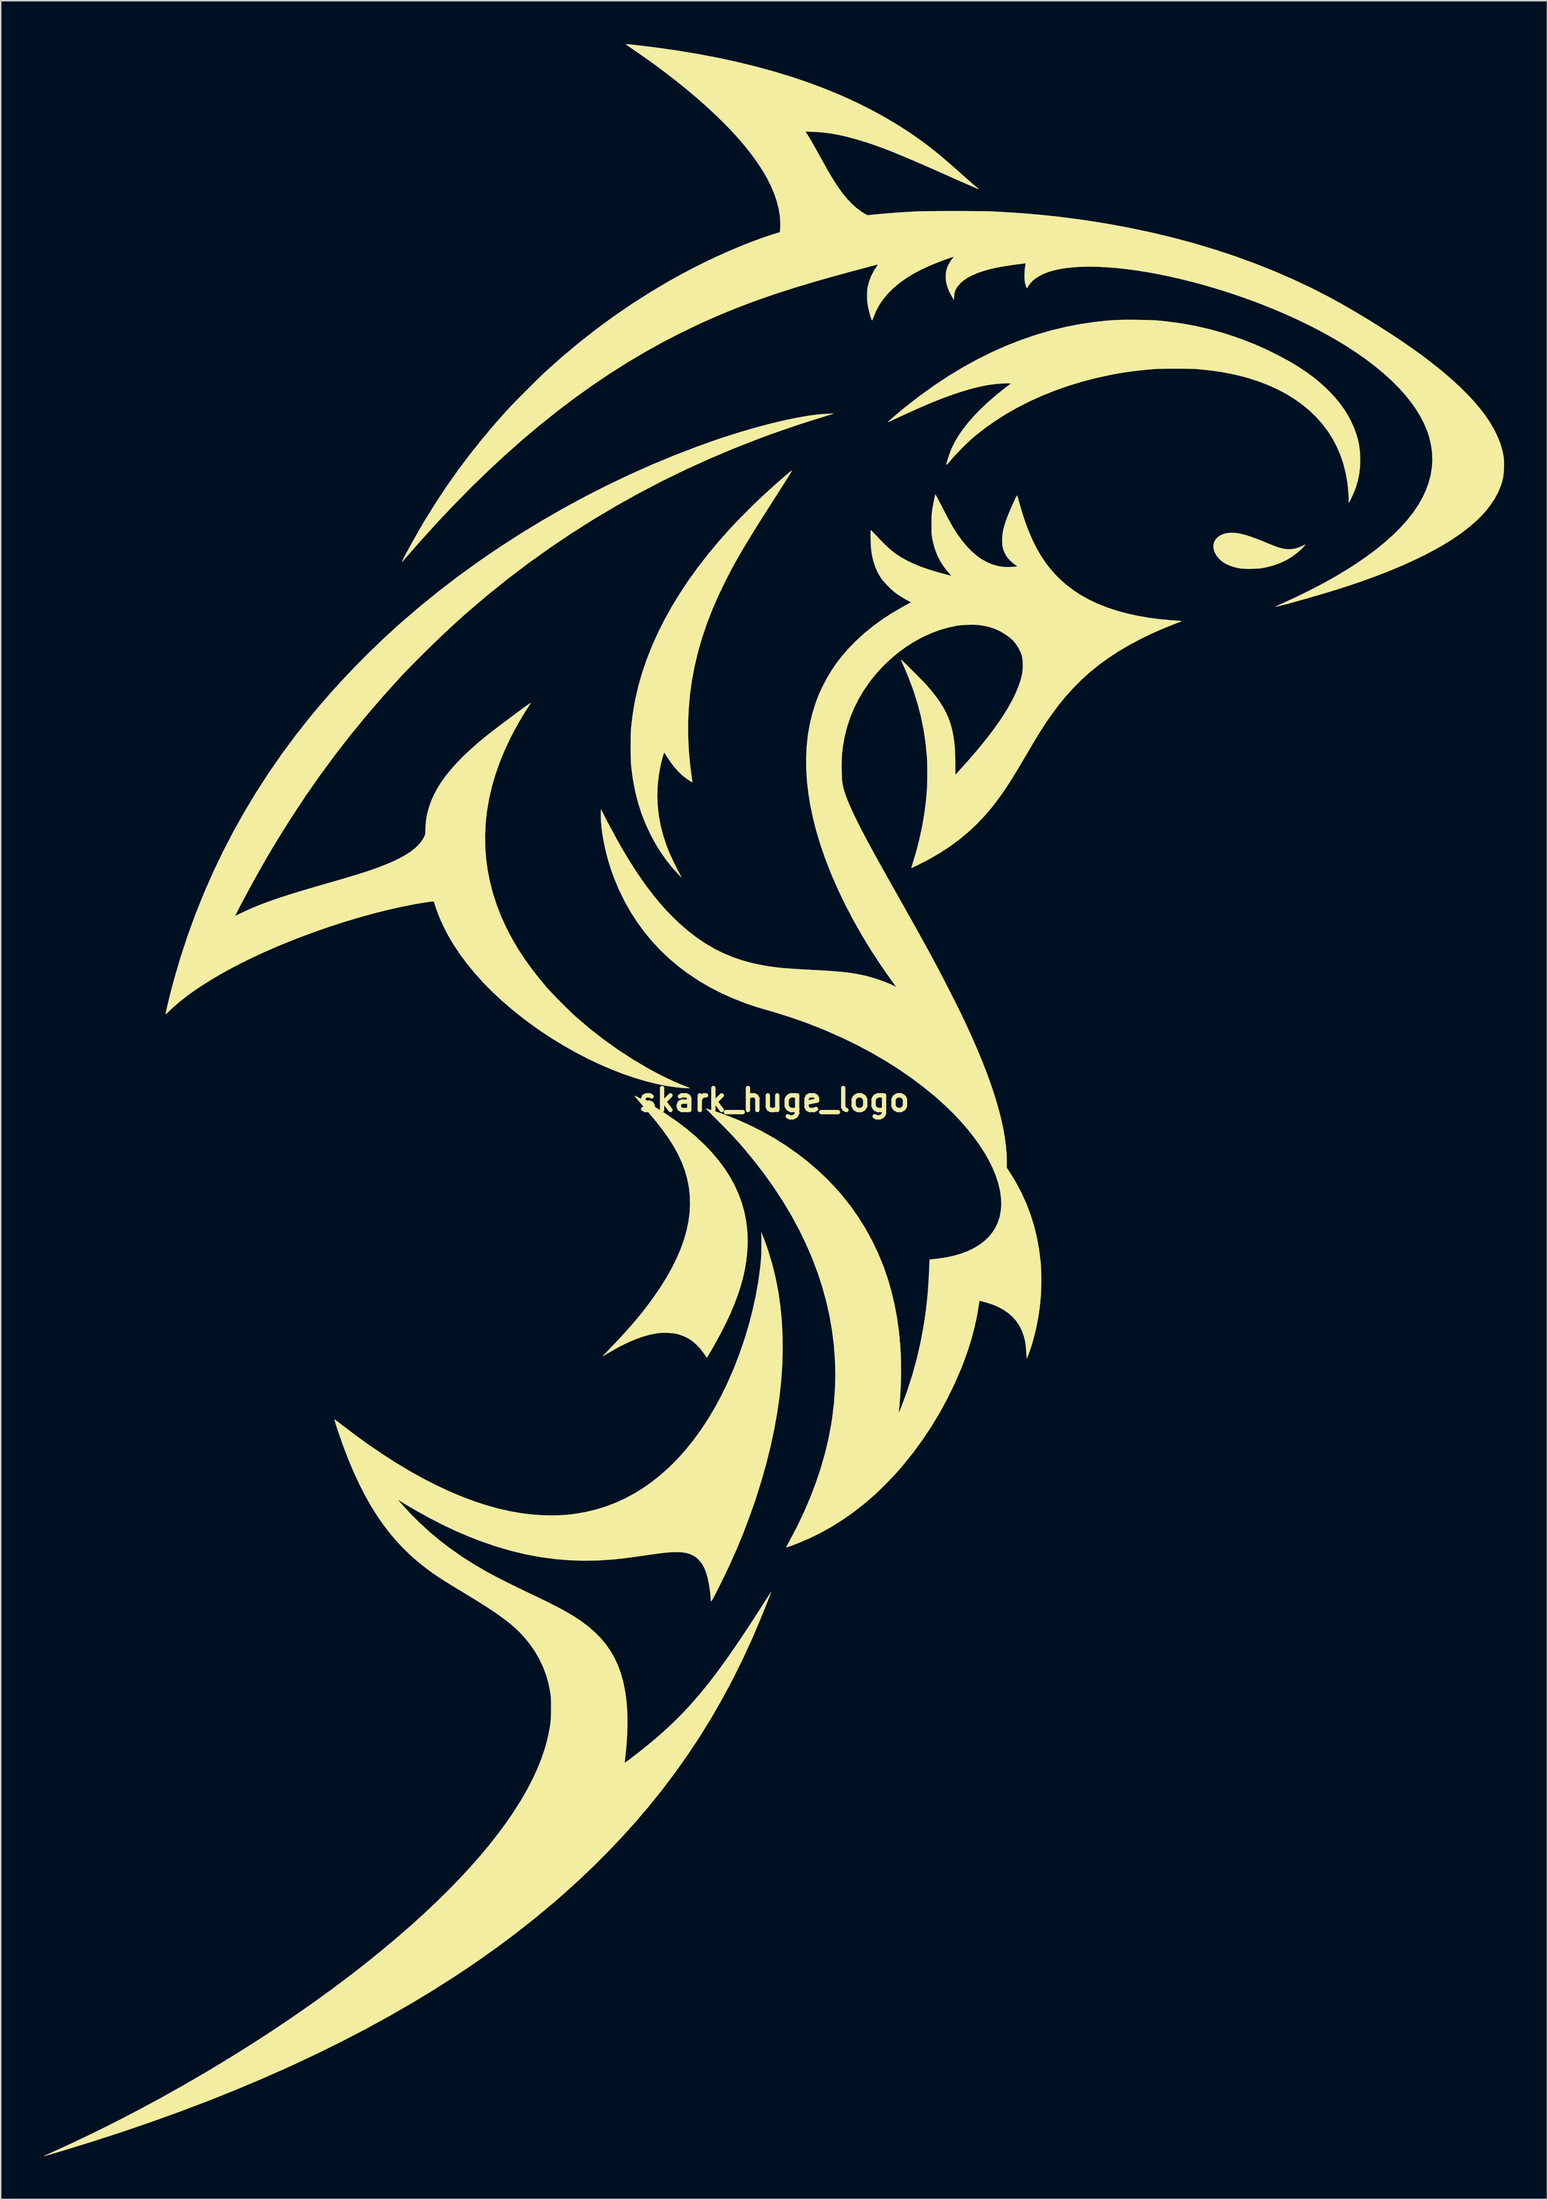
<source format=kicad_pcb>
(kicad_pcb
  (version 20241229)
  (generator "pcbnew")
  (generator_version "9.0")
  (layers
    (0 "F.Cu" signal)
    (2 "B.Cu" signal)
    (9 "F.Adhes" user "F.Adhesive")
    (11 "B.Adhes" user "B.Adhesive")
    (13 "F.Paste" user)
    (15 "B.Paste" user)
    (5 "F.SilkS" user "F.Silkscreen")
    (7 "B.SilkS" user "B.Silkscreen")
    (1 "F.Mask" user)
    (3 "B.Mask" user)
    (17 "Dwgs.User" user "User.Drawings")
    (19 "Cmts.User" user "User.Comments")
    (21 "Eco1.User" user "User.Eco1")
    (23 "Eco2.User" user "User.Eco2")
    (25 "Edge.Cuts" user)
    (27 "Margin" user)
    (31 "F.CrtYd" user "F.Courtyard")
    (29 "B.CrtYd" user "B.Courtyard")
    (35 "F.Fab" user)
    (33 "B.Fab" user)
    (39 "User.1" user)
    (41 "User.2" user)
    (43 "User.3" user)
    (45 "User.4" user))
  (footprint "skark_huge_logo"
    (layer "F.Cu")
    (at 50.603 73.182)
    (property "Reference" "skark_huge_logo" (at 0 0 180) (layer "F.SilkS") (effects (font (size 1.524 1.524) (thickness 0.3))))
    (attr through_hole)
    (fp_poly (pts (xy 31.946 -39.305) (xy 32.166 -39.275) (xy 32.406 -39.226) (xy 32.671 -39.156) (xy 32.964 -39.064) (xy 33.289 -38.95) (xy 33.649 -38.813) (xy 34.049 -38.651) (xy 34.138 -38.615) (xy 34.413 -38.502) (xy 34.648 -38.409) (xy 34.851 -38.334) (xy 35.027 -38.276) (xy 35.183 -38.233) (xy 35.325 -38.203) (xy 35.46 -38.184) (xy 35.594 -38.175) (xy 35.712 -38.173) (xy 36.02 -38.198) (xy 36.316 -38.272) (xy 36.604 -38.396) (xy 36.624 -38.407) (xy 36.711 -38.452) (xy 36.779 -38.484) (xy 36.818 -38.498) (xy 36.822 -38.497) (xy 36.81 -38.476) (xy 36.768 -38.425) (xy 36.703 -38.353) (xy 36.621 -38.264) (xy 36.6 -38.242) (xy 36.267 -37.931) (xy 35.898 -37.655) (xy 35.494 -37.414) (xy 35.056 -37.21) (xy 34.584 -37.042) (xy 34.079 -36.911) (xy 33.858 -36.868) (xy 33.717 -36.848) (xy 33.539 -36.833) (xy 33.335 -36.822) (xy 33.118 -36.815) (xy 32.899 -36.813) (xy 32.691 -36.815) (xy 32.504 -36.823) (xy 32.351 -36.836) (xy 32.296 -36.843) (xy 31.932 -36.92) (xy 31.602 -37.026) (xy 31.309 -37.16) (xy 31.055 -37.321) (xy 30.84 -37.508) (xy 30.667 -37.72) (xy 30.538 -37.956) (xy 30.52 -37.998) (xy 30.459 -38.213) (xy 30.446 -38.417) (xy 30.479 -38.609) (xy 30.556 -38.785) (xy 30.675 -38.941) (xy 30.833 -39.075) (xy 31.028 -39.182) (xy 31.259 -39.26) (xy 31.373 -39.285) (xy 31.553 -39.309) (xy 31.743 -39.316) (xy 31.946 -39.305)) (stroke (width 0.01) (type solid)) (fill yes) (layer "F.SilkS"))
    (fp_poly (pts (xy -9.619 -0.286) (xy -9.562 -0.259) (xy -9.477 -0.215) (xy -9.361 -0.153) (xy -9.208 -0.069) (xy -9.017 0.038) (xy -8.199 0.514) (xy -7.43 1.002) (xy -6.711 1.502) (xy -6.041 2.013) (xy -5.421 2.536) (xy -4.85 3.07) (xy -4.329 3.615) (xy -3.857 4.173) (xy -3.434 4.741) (xy -3.061 5.322) (xy -2.738 5.913) (xy -2.463 6.517) (xy -2.238 7.132) (xy -2.063 7.759) (xy -1.937 8.397) (xy -1.86 9.047) (xy -1.833 9.708) (xy -1.837 10.02) (xy -1.869 10.587) (xy -1.933 11.156) (xy -2.028 11.73) (xy -2.157 12.312) (xy -2.319 12.904) (xy -2.517 13.509) (xy -2.75 14.13) (xy -3.019 14.769) (xy -3.326 15.429) (xy -3.671 16.111) (xy -4.056 16.82) (xy -4.357 17.347) (xy -4.441 17.491) (xy -4.516 17.62) (xy -4.58 17.726) (xy -4.627 17.804) (xy -4.654 17.849) (xy -4.66 17.856) (xy -4.675 17.836) (xy -4.713 17.783) (xy -4.768 17.703) (xy -4.832 17.609) (xy -5.084 17.268) (xy -5.352 16.974) (xy -5.64 16.725) (xy -5.949 16.519) (xy -6.281 16.354) (xy -6.641 16.229) (xy -6.704 16.212) (xy -6.879 16.177) (xy -7.09 16.151) (xy -7.324 16.135) (xy -7.568 16.129) (xy -7.807 16.135) (xy -8.03 16.151) (xy -8.142 16.166) (xy -8.616 16.259) (xy -9.112 16.399) (xy -9.628 16.584) (xy -10.165 16.814) (xy -10.72 17.089) (xy -11.294 17.409) (xy -11.469 17.514) (xy -11.597 17.59) (xy -11.708 17.657) (xy -11.798 17.709) (xy -11.857 17.743) (xy -11.88 17.755) (xy -11.866 17.737) (xy -11.821 17.687) (xy -11.749 17.61) (xy -11.655 17.51) (xy -11.541 17.391) (xy -11.414 17.257) (xy -11.361 17.202) (xy -10.928 16.748) (xy -10.53 16.32) (xy -10.162 15.915) (xy -9.82 15.526) (xy -9.5 15.149) (xy -9.196 14.778) (xy -8.906 14.408) (xy -8.623 14.033) (xy -8.345 13.65) (xy -7.872 12.958) (xy -7.449 12.278) (xy -7.074 11.609) (xy -6.749 10.951) (xy -6.473 10.304) (xy -6.246 9.667) (xy -6.067 9.039) (xy -5.938 8.421) (xy -5.858 7.812) (xy -5.826 7.211) (xy -5.843 6.619) (xy -5.908 6.034) (xy -6.023 5.457) (xy -6.185 4.886) (xy -6.396 4.322) (xy -6.656 3.764) (xy -6.769 3.551) (xy -6.936 3.255) (xy -7.114 2.961) (xy -7.306 2.666) (xy -7.516 2.363) (xy -7.747 2.048) (xy -8.002 1.716) (xy -8.286 1.362) (xy -8.602 0.981) (xy -8.775 0.777) (xy -8.972 0.545) (xy -9.139 0.349) (xy -9.278 0.185) (xy -9.391 0.051) (xy -9.481 -0.056) (xy -9.55 -0.139) (xy -9.6 -0.201) (xy -9.635 -0.245) (xy -9.656 -0.274) (xy -9.666 -0.29) (xy -9.668 -0.298) (xy -9.667 -0.298) (xy -9.653 -0.298) (xy -9.619 -0.286)) (stroke (width 0.01) (type solid)) (fill yes) (layer "F.SilkS"))
    (fp_poly (pts (xy 1.237 -43.628) (xy 1.233 -43.614) (xy 1.214 -43.578) (xy 1.179 -43.518) (xy 1.127 -43.431) (xy 1.057 -43.317) (xy 0.968 -43.174) (xy 0.859 -43) (xy 0.729 -42.794) (xy 0.576 -42.553) (xy 0.4 -42.276) (xy 0.2 -41.961) (xy -0.026 -41.608) (xy -0.278 -41.213) (xy -0.279 -41.212) (xy -0.616 -40.684) (xy -0.925 -40.195) (xy -1.211 -39.741) (xy -1.474 -39.318) (xy -1.717 -38.923) (xy -1.943 -38.551) (xy -2.152 -38.2) (xy -2.348 -37.865) (xy -2.533 -37.543) (xy -2.708 -37.231) (xy -2.876 -36.925) (xy -3.039 -36.62) (xy -3.198 -36.314) (xy -3.358 -36.003) (xy -3.376 -35.966) (xy -3.856 -34.971) (xy -4.286 -33.983) (xy -4.666 -32.999) (xy -4.997 -32.018) (xy -5.279 -31.039) (xy -5.512 -30.06) (xy -5.697 -29.079) (xy -5.833 -28.095) (xy -5.922 -27.106) (xy -5.963 -26.11) (xy -5.956 -25.106) (xy -5.903 -24.092) (xy -5.803 -23.067) (xy -5.713 -22.394) (xy -5.695 -22.266) (xy -5.682 -22.157) (xy -5.674 -22.076) (xy -5.673 -22.033) (xy -5.674 -22.029) (xy -5.702 -22.035) (xy -5.761 -22.067) (xy -5.846 -22.121) (xy -5.948 -22.19) (xy -6.06 -22.269) (xy -6.175 -22.354) (xy -6.284 -22.438) (xy -6.381 -22.518) (xy -6.404 -22.538) (xy -6.653 -22.778) (xy -6.904 -23.063) (xy -7.154 -23.388) (xy -7.399 -23.75) (xy -7.458 -23.844) (xy -7.518 -23.939) (xy -7.57 -24.016) (xy -7.606 -24.065) (xy -7.62 -24.079) (xy -7.635 -24.056) (xy -7.658 -23.99) (xy -7.689 -23.89) (xy -7.725 -23.763) (xy -7.764 -23.617) (xy -7.804 -23.459) (xy -7.843 -23.297) (xy -7.873 -23.165) (xy -7.998 -22.474) (xy -8.073 -21.783) (xy -8.097 -21.091) (xy -8.07 -20.4) (xy -7.993 -19.708) (xy -7.864 -19.017) (xy -7.685 -18.326) (xy -7.456 -17.636) (xy -7.299 -17.234) (xy -7.229 -17.071) (xy -7.14 -16.876) (xy -7.039 -16.658) (xy -6.929 -16.43) (xy -6.818 -16.203) (xy -6.71 -15.989) (xy -6.611 -15.799) (xy -6.544 -15.674) (xy -6.494 -15.582) (xy -6.456 -15.508) (xy -6.436 -15.463) (xy -6.434 -15.453) (xy -6.453 -15.466) (xy -6.501 -15.509) (xy -6.567 -15.574) (xy -6.621 -15.628) (xy -7.056 -16.105) (xy -7.471 -16.625) (xy -7.862 -17.182) (xy -8.227 -17.771) (xy -8.56 -18.387) (xy -8.574 -18.415) (xy -8.903 -19.123) (xy -9.186 -19.845) (xy -9.424 -20.585) (xy -9.618 -21.347) (xy -9.77 -22.134) (xy -9.815 -22.428) (xy -9.847 -22.658) (xy -9.873 -22.862) (xy -9.895 -23.05) (xy -9.911 -23.23) (xy -9.924 -23.41) (xy -9.932 -23.601) (xy -9.938 -23.809) (xy -9.942 -24.044) (xy -9.943 -24.316) (xy -9.943 -24.536) (xy -9.942 -24.808) (xy -9.941 -25.036) (xy -9.938 -25.23) (xy -9.934 -25.397) (xy -9.928 -25.544) (xy -9.92 -25.681) (xy -9.91 -25.815) (xy -9.896 -25.954) (xy -9.884 -26.073) (xy -9.832 -26.499) (xy -9.769 -26.939) (xy -9.698 -27.371) (xy -9.622 -27.775) (xy -9.617 -27.8) (xy -9.404 -28.712) (xy -9.142 -29.626) (xy -8.829 -30.542) (xy -8.467 -31.457) (xy -8.057 -32.373) (xy -7.597 -33.287) (xy -7.09 -34.199) (xy -6.535 -35.109) (xy -5.933 -36.015) (xy -5.283 -36.916) (xy -4.588 -37.813) (xy -3.847 -38.704) (xy -3.06 -39.588) (xy -3.027 -39.624) (xy -2.881 -39.78) (xy -2.705 -39.964) (xy -2.506 -40.17) (xy -2.29 -40.391) (xy -2.063 -40.62) (xy -1.834 -40.851) (xy -1.607 -41.077) (xy -1.39 -41.29) (xy -1.189 -41.486) (xy -1.013 -41.654) (xy -0.855 -41.803) (xy -0.683 -41.963) (xy -0.499 -42.131) (xy -0.307 -42.305) (xy -0.112 -42.48) (xy 0.083 -42.655) (xy 0.275 -42.824) (xy 0.459 -42.986) (xy 0.633 -43.137) (xy 0.791 -43.274) (xy 0.932 -43.393) (xy 1.05 -43.491) (xy 1.142 -43.565) (xy 1.205 -43.612) (xy 1.235 -43.629) (xy 1.237 -43.628)) (stroke (width 0.01) (type solid)) (fill yes) (layer "F.SilkS"))
    (fp_poly (pts (xy 25.074 -54.07) (xy 25.184 -54.068) (xy 25.485 -54.064) (xy 25.743 -54.059) (xy 25.968 -54.053) (xy 26.168 -54.046) (xy 26.352 -54.036) (xy 26.528 -54.025) (xy 26.705 -54.011) (xy 26.891 -53.993) (xy 27.096 -53.972) (xy 27.191 -53.961) (xy 28.233 -53.821) (xy 29.266 -53.631) (xy 30.29 -53.392) (xy 31.304 -53.103) (xy 32.307 -52.764) (xy 33.298 -52.376) (xy 33.744 -52.184) (xy 33.952 -52.089) (xy 34.193 -51.974) (xy 34.455 -51.846) (xy 34.729 -51.708) (xy 35.004 -51.567) (xy 35.27 -51.428) (xy 35.516 -51.296) (xy 35.732 -51.176) (xy 35.839 -51.115) (xy 36.383 -50.784) (xy 36.883 -50.452) (xy 37.346 -50.113) (xy 37.78 -49.762) (xy 38.19 -49.394) (xy 38.519 -49.07) (xy 38.891 -48.669) (xy 39.219 -48.272) (xy 39.508 -47.872) (xy 39.763 -47.462) (xy 39.98 -47.053) (xy 40.182 -46.609) (xy 40.344 -46.18) (xy 40.467 -45.759) (xy 40.553 -45.334) (xy 40.605 -44.897) (xy 40.625 -44.438) (xy 40.625 -44.348) (xy 40.607 -43.85) (xy 40.551 -43.377) (xy 40.456 -42.918) (xy 40.32 -42.462) (xy 40.271 -42.325) (xy 40.233 -42.229) (xy 40.184 -42.112) (xy 40.128 -41.982) (xy 40.068 -41.849) (xy 40.008 -41.719) (xy 39.951 -41.602) (xy 39.903 -41.504) (xy 39.866 -41.436) (xy 39.844 -41.403) (xy 39.841 -41.402) (xy 39.834 -41.425) (xy 39.829 -41.487) (xy 39.827 -41.574) (xy 39.827 -41.586) (xy 39.823 -41.749) (xy 39.813 -41.948) (xy 39.796 -42.17) (xy 39.775 -42.402) (xy 39.751 -42.629) (xy 39.725 -42.83) (xy 39.611 -43.477) (xy 39.451 -44.101) (xy 39.248 -44.7) (xy 39 -45.275) (xy 38.71 -45.825) (xy 38.377 -46.349) (xy 38.002 -46.847) (xy 37.586 -47.317) (xy 37.129 -47.76) (xy 36.632 -48.175) (xy 36.096 -48.561) (xy 35.52 -48.918) (xy 34.906 -49.244) (xy 34.254 -49.54) (xy 33.565 -49.805) (xy 32.839 -50.038) (xy 32.749 -50.064) (xy 32.168 -50.216) (xy 31.57 -50.348) (xy 30.95 -50.46) (xy 30.298 -50.553) (xy 29.608 -50.629) (xy 29.35 -50.653) (xy 29.212 -50.662) (xy 29.03 -50.669) (xy 28.813 -50.675) (xy 28.568 -50.68) (xy 28.303 -50.683) (xy 28.024 -50.685) (xy 27.739 -50.685) (xy 27.457 -50.684) (xy 27.184 -50.681) (xy 26.928 -50.677) (xy 26.697 -50.672) (xy 26.498 -50.665) (xy 26.338 -50.656) (xy 26.289 -50.653) (xy 25.755 -50.605) (xy 25.261 -50.554) (xy 24.794 -50.497) (xy 24.344 -50.434) (xy 23.898 -50.361) (xy 23.446 -50.279) (xy 23.305 -50.251) (xy 22.312 -50.035) (xy 21.34 -49.782) (xy 20.392 -49.492) (xy 19.468 -49.168) (xy 18.572 -48.809) (xy 17.705 -48.417) (xy 16.87 -47.993) (xy 16.069 -47.537) (xy 15.305 -47.052) (xy 14.578 -46.538) (xy 13.893 -45.995) (xy 13.845 -45.955) (xy 13.684 -45.814) (xy 13.5 -45.644) (xy 13.3 -45.453) (xy 13.092 -45.249) (xy 12.884 -45.039) (xy 12.685 -44.832) (xy 12.501 -44.636) (xy 12.341 -44.458) (xy 12.23 -44.328) (xy 12.139 -44.219) (xy 12.06 -44.128) (xy 11.997 -44.06) (xy 11.957 -44.02) (xy 11.944 -44.014) (xy 11.944 -44.061) (xy 11.961 -44.147) (xy 11.991 -44.265) (xy 12.032 -44.406) (xy 12.082 -44.563) (xy 12.138 -44.727) (xy 12.197 -44.89) (xy 12.257 -45.045) (xy 12.311 -45.174) (xy 12.529 -45.616) (xy 12.797 -46.064) (xy 13.112 -46.519) (xy 13.476 -46.979) (xy 13.886 -47.444) (xy 14.342 -47.911) (xy 14.843 -48.381) (xy 15.388 -48.852) (xy 15.976 -49.323) (xy 16.122 -49.434) (xy 16.406 -49.651) (xy 16.311 -49.666) (xy 16.242 -49.671) (xy 16.132 -49.67) (xy 15.991 -49.666) (xy 15.829 -49.657) (xy 15.654 -49.646) (xy 15.478 -49.632) (xy 15.309 -49.616) (xy 15.157 -49.598) (xy 15.109 -49.592) (xy 14.714 -49.53) (xy 14.313 -49.45) (xy 13.9 -49.353) (xy 13.464 -49.234) (xy 12.999 -49.093) (xy 12.662 -48.984) (xy 12.379 -48.888) (xy 12.1 -48.789) (xy 11.818 -48.686) (xy 11.532 -48.577) (xy 11.235 -48.46) (xy 10.926 -48.334) (xy 10.599 -48.197) (xy 10.25 -48.047) (xy 9.877 -47.882) (xy 9.473 -47.702) (xy 9.036 -47.503) (xy 8.562 -47.285) (xy 8.057 -47.051) (xy 7.974 -47.015) (xy 7.914 -46.993) (xy 7.888 -46.989) (xy 7.888 -46.992) (xy 7.914 -47.019) (xy 7.973 -47.073) (xy 8.061 -47.151) (xy 8.172 -47.248) (xy 8.301 -47.358) (xy 8.442 -47.479) (xy 8.591 -47.604) (xy 8.741 -47.73) (xy 8.888 -47.852) (xy 9.026 -47.966) (xy 9.149 -48.067) (xy 9.173 -48.086) (xy 10.138 -48.832) (xy 11.111 -49.529) (xy 12.093 -50.178) (xy 13.084 -50.777) (xy 14.082 -51.326) (xy 15.088 -51.827) (xy 16.102 -52.278) (xy 17.123 -52.679) (xy 18.15 -53.03) (xy 19.184 -53.331) (xy 20.225 -53.582) (xy 21.271 -53.783) (xy 22.323 -53.934) (xy 22.682 -53.974) (xy 22.987 -54.003) (xy 23.27 -54.027) (xy 23.542 -54.046) (xy 23.812 -54.059) (xy 24.091 -54.068) (xy 24.387 -54.072) (xy 24.712 -54.073) (xy 25.074 -54.07)) (stroke (width 0.01) (type solid)) (fill yes) (layer "F.SilkS"))
    (fp_poly (pts (xy 3.861 -47.487) (xy 3.758 -47.454) (xy 3.617 -47.41) (xy 3.45 -47.358) (xy 3.268 -47.301) (xy 3.082 -47.244) (xy 2.997 -47.218) (xy 2.397 -47.031) (xy 1.764 -46.825) (xy 1.11 -46.606) (xy 0.446 -46.377) (xy -0.214 -46.143) (xy -0.859 -45.907) (xy -1.045 -45.838) (xy -2.759 -45.168) (xy -4.449 -44.455) (xy -6.113 -43.699) (xy -7.751 -42.901) (xy -9.362 -42.06) (xy -10.945 -41.177) (xy -12.501 -40.252) (xy -14.027 -39.286) (xy -15.524 -38.279) (xy -16.991 -37.232) (xy -18.428 -36.145) (xy -19.833 -35.018) (xy -21.206 -33.851) (xy -21.615 -33.49) (xy -21.958 -33.182) (xy -22.324 -32.846) (xy -22.709 -32.487) (xy -23.105 -32.112) (xy -23.508 -31.725) (xy -23.912 -31.333) (xy -24.311 -30.94) (xy -24.699 -30.554) (xy -25.07 -30.179) (xy -25.418 -29.821) (xy -25.739 -29.486) (xy -25.974 -29.235) (xy -27.157 -27.924) (xy -28.297 -26.598) (xy -29.398 -25.251) (xy -30.461 -23.88) (xy -31.49 -22.48) (xy -32.489 -21.048) (xy -33.46 -19.58) (xy -34.405 -18.07) (xy -34.804 -17.41) (xy -35.023 -17.039) (xy -35.256 -16.639) (xy -35.497 -16.218) (xy -35.743 -15.783) (xy -35.989 -15.34) (xy -36.233 -14.898) (xy -36.47 -14.464) (xy -36.695 -14.044) (xy -36.906 -13.647) (xy -37.097 -13.279) (xy -37.245 -12.988) (xy -37.362 -12.755) (xy -36.95 -12.954) (xy -36.652 -13.094) (xy -36.35 -13.23) (xy -36.04 -13.363) (xy -35.719 -13.495) (xy -35.383 -13.625) (xy -35.028 -13.757) (xy -34.651 -13.89) (xy -34.249 -14.026) (xy -33.817 -14.167) (xy -33.352 -14.314) (xy -32.85 -14.468) (xy -32.308 -14.63) (xy -31.722 -14.802) (xy -31.39 -14.898) (xy -30.93 -15.03) (xy -30.516 -15.15) (xy -30.143 -15.259) (xy -29.807 -15.357) (xy -29.505 -15.447) (xy -29.233 -15.528) (xy -28.986 -15.603) (xy -28.762 -15.672) (xy -28.556 -15.737) (xy -28.364 -15.799) (xy -28.183 -15.859) (xy -28.008 -15.918) (xy -27.836 -15.977) (xy -27.788 -15.994) (xy -27.234 -16.196) (xy -26.73 -16.399) (xy -26.275 -16.601) (xy -25.866 -16.805) (xy -25.503 -17.012) (xy -25.185 -17.221) (xy -24.909 -17.434) (xy -24.676 -17.652) (xy -24.483 -17.875) (xy -24.329 -18.105) (xy -24.253 -18.25) (xy -24.221 -18.322) (xy -24.198 -18.383) (xy -24.183 -18.447) (xy -24.174 -18.524) (xy -24.169 -18.627) (xy -24.165 -18.768) (xy -24.164 -18.776) (xy -24.154 -19.052) (xy -24.134 -19.298) (xy -24.102 -19.531) (xy -24.057 -19.773) (xy -24.038 -19.858) (xy -23.921 -20.298) (xy -23.766 -20.735) (xy -23.571 -21.172) (xy -23.335 -21.609) (xy -23.059 -22.048) (xy -22.74 -22.491) (xy -22.377 -22.937) (xy -21.97 -23.39) (xy -21.518 -23.85) (xy -21.019 -24.318) (xy -20.473 -24.796) (xy -19.939 -25.237) (xy -19.815 -25.336) (xy -19.666 -25.452) (xy -19.495 -25.585) (xy -19.306 -25.729) (xy -19.103 -25.884) (xy -18.89 -26.045) (xy -18.671 -26.211) (xy -18.448 -26.378) (xy -18.227 -26.544) (xy -18.009 -26.706) (xy -17.801 -26.861) (xy -17.604 -27.006) (xy -17.423 -27.139) (xy -17.261 -27.257) (xy -17.122 -27.357) (xy -17.011 -27.436) (xy -16.93 -27.491) (xy -16.883 -27.52) (xy -16.873 -27.524) (xy -16.881 -27.5) (xy -16.913 -27.442) (xy -16.963 -27.362) (xy -17.012 -27.288) (xy -17.177 -27.034) (xy -17.357 -26.744) (xy -17.545 -26.43) (xy -17.734 -26.101) (xy -17.92 -25.77) (xy -18.095 -25.445) (xy -18.253 -25.139) (xy -18.271 -25.104) (xy -18.667 -24.262) (xy -19.013 -23.422) (xy -19.308 -22.584) (xy -19.553 -21.747) (xy -19.748 -20.912) (xy -19.893 -20.079) (xy -19.987 -19.249) (xy -20.03 -18.422) (xy -20.024 -17.599) (xy -19.967 -16.779) (xy -19.859 -15.962) (xy -19.701 -15.15) (xy -19.493 -14.343) (xy -19.234 -13.54) (xy -18.925 -12.743) (xy -18.888 -12.656) (xy -18.552 -11.925) (xy -18.175 -11.203) (xy -17.756 -10.487) (xy -17.292 -9.776) (xy -16.781 -9.066) (xy -16.223 -8.355) (xy -15.754 -7.798) (xy -15.637 -7.668) (xy -15.49 -7.509) (xy -15.318 -7.328) (xy -15.127 -7.13) (xy -14.923 -6.922) (xy -14.713 -6.71) (xy -14.502 -6.5) (xy -14.297 -6.297) (xy -14.103 -6.109) (xy -13.927 -5.942) (xy -13.775 -5.8) (xy -13.703 -5.736) (xy -12.781 -4.951) (xy -11.83 -4.209) (xy -10.851 -3.509) (xy -9.845 -2.852) (xy -8.812 -2.238) (xy -8.661 -2.153) (xy -8.256 -1.933) (xy -7.839 -1.717) (xy -7.422 -1.512) (xy -7.013 -1.32) (xy -6.622 -1.148) (xy -6.259 -0.999) (xy -6.127 -0.948) (xy -6.022 -0.907) (xy -5.934 -0.871) (xy -5.874 -0.845) (xy -5.856 -0.834) (xy -5.85 -0.825) (xy -5.858 -0.82) (xy -5.89 -0.818) (xy -5.951 -0.819) (xy -6.048 -0.823) (xy -6.185 -0.83) (xy -6.461 -0.851) (xy -6.773 -0.885) (xy -7.107 -0.93) (xy -7.451 -0.984) (xy -7.791 -1.046) (xy -8.09 -1.108) (xy -8.867 -1.3) (xy -9.662 -1.536) (xy -10.471 -1.813) (xy -11.289 -2.131) (xy -12.112 -2.487) (xy -12.936 -2.878) (xy -13.756 -3.304) (xy -14.57 -3.762) (xy -15.372 -4.251) (xy -16.158 -4.767) (xy -16.631 -5.098) (xy -17.416 -5.68) (xy -18.162 -6.277) (xy -18.869 -6.886) (xy -19.534 -7.508) (xy -20.157 -8.139) (xy -20.736 -8.78) (xy -21.27 -9.428) (xy -21.758 -10.083) (xy -22.199 -10.743) (xy -22.592 -11.406) (xy -22.913 -12.026) (xy -23.101 -12.436) (xy -23.271 -12.849) (xy -23.418 -13.249) (xy -23.486 -13.456) (xy -23.528 -13.584) (xy -23.558 -13.672) (xy -23.583 -13.726) (xy -23.605 -13.755) (xy -23.628 -13.766) (xy -23.643 -13.767) (xy -23.693 -13.763) (xy -23.785 -13.751) (xy -23.91 -13.734) (xy -24.061 -13.712) (xy -24.228 -13.686) (xy -24.404 -13.659) (xy -24.581 -13.63) (xy -24.749 -13.601) (xy -24.892 -13.576) (xy -25.814 -13.395) (xy -26.767 -13.181) (xy -27.745 -12.935) (xy -28.744 -12.66) (xy -29.756 -12.356) (xy -30.777 -12.027) (xy -31.801 -11.672) (xy -32.821 -11.295) (xy -33.641 -10.973) (xy -34.497 -10.62) (xy -35.325 -10.257) (xy -36.124 -9.888) (xy -36.892 -9.512) (xy -37.626 -9.13) (xy -38.325 -8.745) (xy -38.987 -8.357) (xy -39.609 -7.967) (xy -40.189 -7.577) (xy -40.727 -7.188) (xy -41.219 -6.8) (xy -41.663 -6.415) (xy -41.879 -6.213) (xy -41.977 -6.119) (xy -42.062 -6.041) (xy -42.128 -5.983) (xy -42.168 -5.951) (xy -42.176 -5.947) (xy -42.175 -5.977) (xy -42.163 -6.05) (xy -42.14 -6.162) (xy -42.107 -6.308) (xy -42.067 -6.483) (xy -42.019 -6.682) (xy -41.967 -6.899) (xy -41.909 -7.13) (xy -41.849 -7.37) (xy -41.787 -7.613) (xy -41.724 -7.855) (xy -41.662 -8.09) (xy -41.602 -8.313) (xy -41.576 -8.407) (xy -41.131 -9.921) (xy -40.639 -11.416) (xy -40.1 -12.892) (xy -39.515 -14.349) (xy -38.882 -15.787) (xy -38.204 -17.204) (xy -37.479 -18.601) (xy -36.709 -19.976) (xy -35.894 -21.329) (xy -35.034 -22.66) (xy -34.129 -23.967) (xy -33.179 -25.251) (xy -32.185 -26.511) (xy -31.54 -27.288) (xy -30.719 -28.234) (xy -29.856 -29.181) (xy -28.958 -30.122) (xy -28.034 -31.05) (xy -27.09 -31.957) (xy -26.134 -32.835) (xy -25.794 -33.137) (xy -24.525 -34.225) (xy -23.215 -35.285) (xy -21.866 -36.317) (xy -20.482 -37.318) (xy -19.064 -38.287) (xy -17.617 -39.222) (xy -16.141 -40.123) (xy -14.641 -40.986) (xy -13.119 -41.812) (xy -11.577 -42.597) (xy -10.017 -43.341) (xy -8.444 -44.042) (xy -6.86 -44.699) (xy -5.266 -45.309) (xy -4.369 -45.631) (xy -3.674 -45.868) (xy -2.982 -46.094) (xy -2.297 -46.306) (xy -1.623 -46.505) (xy -0.961 -46.689) (xy -0.316 -46.858) (xy 0.308 -47.011) (xy 0.91 -47.147) (xy 1.485 -47.265) (xy 2.03 -47.365) (xy 2.542 -47.445) (xy 3.017 -47.506) (xy 3.453 -47.546) (xy 3.759 -47.562) (xy 4.128 -47.573) (xy 3.861 -47.487)) (stroke (width 0.01) (type solid)) (fill yes) (layer "F.SilkS"))
    (fp_poly (pts (xy -0.879 9.192) (xy -0.848 9.257) (xy -0.806 9.358) (xy -0.754 9.487) (xy -0.695 9.64) (xy -0.632 9.81) (xy -0.567 9.99) (xy -0.501 10.175) (xy -0.439 10.358) (xy -0.403 10.465) (xy -0.129 11.374) (xy 0.101 12.307) (xy 0.287 13.265) (xy 0.429 14.246) (xy 0.528 15.25) (xy 0.583 16.275) (xy 0.595 17.322) (xy 0.563 18.39) (xy 0.487 19.477) (xy 0.369 20.583) (xy 0.206 21.707) (xy 0.001 22.848) (xy -0.248 24.007) (xy -0.54 25.181) (xy -0.876 26.37) (xy -1.254 27.573) (xy -1.345 27.846) (xy -1.748 28.989) (xy -2.171 30.098) (xy -2.622 31.186) (xy -3.105 32.265) (xy -3.608 33.312) (xy -3.767 33.632) (xy -3.905 33.907) (xy -4.023 34.14) (xy -4.123 34.332) (xy -4.205 34.484) (xy -4.269 34.599) (xy -4.318 34.678) (xy -4.351 34.722) (xy -4.369 34.734) (xy -4.37 34.734) (xy -4.385 34.701) (xy -4.393 34.637) (xy -4.394 34.6) (xy -4.401 34.44) (xy -4.418 34.243) (xy -4.445 34.02) (xy -4.479 33.784) (xy -4.518 33.546) (xy -4.562 33.318) (xy -4.608 33.112) (xy -4.623 33.053) (xy -4.714 32.742) (xy -4.816 32.473) (xy -4.934 32.241) (xy -5.07 32.036) (xy -5.229 31.853) (xy -5.255 31.826) (xy -5.438 31.669) (xy -5.641 31.543) (xy -5.867 31.446) (xy -6.122 31.378) (xy -6.409 31.337) (xy -6.734 31.323) (xy -6.998 31.327) (xy -7.142 31.334) (xy -7.292 31.345) (xy -7.454 31.359) (xy -7.631 31.377) (xy -7.831 31.4) (xy -8.058 31.429) (xy -8.319 31.465) (xy -8.618 31.507) (xy -8.962 31.557) (xy -8.975 31.559) (xy -9.527 31.638) (xy -10.031 31.706) (xy -10.489 31.763) (xy -10.902 31.809) (xy -11.195 31.838) (xy -12.2 31.905) (xy -13.199 31.922) (xy -14.193 31.889) (xy -15.184 31.807) (xy -16.173 31.674) (xy -17.161 31.492) (xy -18.149 31.259) (xy -19.138 30.975) (xy -19.431 30.881) (xy -20.32 30.573) (xy -21.205 30.229) (xy -22.091 29.847) (xy -22.982 29.426) (xy -23.882 28.964) (xy -24.795 28.458) (xy -25.483 28.054) (xy -26.086 27.691) (xy -25.905 27.898) (xy -25.265 28.598) (xy -24.605 29.262) (xy -23.922 29.892) (xy -23.21 30.49) (xy -22.466 31.061) (xy -21.687 31.608) (xy -20.868 32.132) (xy -20.006 32.639) (xy -19.71 32.802) (xy -19.499 32.916) (xy -19.248 33.047) (xy -18.961 33.194) (xy -18.645 33.354) (xy -18.305 33.523) (xy -17.946 33.7) (xy -17.575 33.881) (xy -17.197 34.063) (xy -16.818 34.245) (xy -16.802 34.252) (xy -16.322 34.482) (xy -15.885 34.694) (xy -15.488 34.891) (xy -15.126 35.076) (xy -14.797 35.249) (xy -14.496 35.414) (xy -14.219 35.572) (xy -13.963 35.725) (xy -13.724 35.875) (xy -13.498 36.025) (xy -13.312 36.154) (xy -12.828 36.523) (xy -12.388 36.91) (xy -11.992 37.317) (xy -11.638 37.745) (xy -11.326 38.198) (xy -11.053 38.678) (xy -10.82 39.186) (xy -10.623 39.725) (xy -10.463 40.297) (xy -10.337 40.904) (xy -10.263 41.402) (xy -10.203 42.003) (xy -10.171 42.643) (xy -10.166 43.32) (xy -10.189 44.029) (xy -10.238 44.767) (xy -10.312 45.503) (xy -10.327 45.641) (xy -10.339 45.76) (xy -10.348 45.851) (xy -10.352 45.906) (xy -10.351 45.918) (xy -10.327 45.908) (xy -10.267 45.87) (xy -10.176 45.805) (xy -10.058 45.718) (xy -9.918 45.612) (xy -9.759 45.49) (xy -9.585 45.355) (xy -9.401 45.211) (xy -9.21 45.06) (xy -9.018 44.906) (xy -8.827 44.753) (xy -8.642 44.603) (xy -8.468 44.459) (xy -8.308 44.326) (xy -8.167 44.206) (xy -7.766 43.855) (xy -7.376 43.501) (xy -6.995 43.141) (xy -6.622 42.773) (xy -6.253 42.395) (xy -5.889 42.004) (xy -5.526 41.598) (xy -5.162 41.175) (xy -4.797 40.731) (xy -4.427 40.265) (xy -4.051 39.775) (xy -3.667 39.257) (xy -3.274 38.71) (xy -2.868 38.131) (xy -2.449 37.518) (xy -2.014 36.868) (xy -1.562 36.18) (xy -1.09 35.449) (xy -0.751 34.918) (xy -0.633 34.734) (xy -0.525 34.565) (xy -0.428 34.414) (xy -0.345 34.288) (xy -0.28 34.189) (xy -0.236 34.123) (xy -0.214 34.095) (xy -0.213 34.094) (xy -0.218 34.121) (xy -0.241 34.191) (xy -0.28 34.299) (xy -0.334 34.44) (xy -0.401 34.611) (xy -0.478 34.808) (xy -0.565 35.024) (xy -0.659 35.258) (xy -0.759 35.503) (xy -0.862 35.756) (xy -0.968 36.013) (xy -1.075 36.269) (xy -1.18 36.519) (xy -1.281 36.76) (xy -1.378 36.986) (xy -1.469 37.195) (xy -1.531 37.338) (xy -2.183 38.755) (xy -2.867 40.135) (xy -3.586 41.48) (xy -4.34 42.792) (xy -5.131 44.076) (xy -5.962 45.333) (xy -6.834 46.567) (xy -7.749 47.78) (xy -8.685 48.946) (xy -9.556 49.97) (xy -10.475 50.992) (xy -11.435 52.006) (xy -12.433 53.008) (xy -13.465 53.994) (xy -14.526 54.959) (xy -15.286 55.621) (xy -16.544 56.67) (xy -17.849 57.699) (xy -19.2 58.709) (xy -20.597 59.699) (xy -22.039 60.669) (xy -23.526 61.619) (xy -25.058 62.548) (xy -26.633 63.457) (xy -28.253 64.344) (xy -29.915 65.21) (xy -31.62 66.054) (xy -33.367 66.876) (xy -33.706 67.031) (xy -35.52 67.834) (xy -37.38 68.616) (xy -39.286 69.377) (xy -41.235 70.117) (xy -43.228 70.834) (xy -45.265 71.53) (xy -47.343 72.203) (xy -49.463 72.853) (xy -49.706 72.926) (xy -49.945 72.997) (xy -50.14 73.054) (xy -50.295 73.099) (xy -50.413 73.132) (xy -50.498 73.155) (xy -50.555 73.169) (xy -50.587 73.175) (xy -50.598 73.174) (xy -50.595 73.168) (xy -50.569 73.155) (xy -50.505 73.125) (xy -50.411 73.082) (xy -50.296 73.03) (xy -50.228 73) (xy -48.676 72.291) (xy -47.114 71.544) (xy -45.548 70.762) (xy -43.982 69.948) (xy -42.421 69.105) (xy -40.869 68.234) (xy -39.331 67.339) (xy -37.811 66.423) (xy -36.315 65.489) (xy -34.846 64.538) (xy -33.409 63.574) (xy -32.008 62.599) (xy -30.65 61.617) (xy -29.337 60.629) (xy -29.261 60.571) (xy -28.182 59.727) (xy -27.145 58.887) (xy -26.149 58.051) (xy -25.194 57.221) (xy -24.282 56.396) (xy -23.412 55.576) (xy -22.585 54.763) (xy -21.801 53.957) (xy -21.061 53.158) (xy -20.364 52.367) (xy -19.712 51.584) (xy -19.105 50.81) (xy -18.543 50.045) (xy -18.027 49.289) (xy -17.556 48.544) (xy -17.132 47.809) (xy -16.754 47.085) (xy -16.424 46.372) (xy -16.14 45.672) (xy -15.905 44.984) (xy -15.718 44.309) (xy -15.598 43.752) (xy -15.556 43.518) (xy -15.523 43.313) (xy -15.498 43.125) (xy -15.481 42.941) (xy -15.469 42.75) (xy -15.462 42.539) (xy -15.459 42.298) (xy -15.458 42.126) (xy -15.459 41.901) (xy -15.461 41.717) (xy -15.465 41.565) (xy -15.471 41.436) (xy -15.48 41.321) (xy -15.493 41.209) (xy -15.509 41.093) (xy -15.515 41.049) (xy -15.634 40.443) (xy -15.799 39.857) (xy -16.01 39.292) (xy -16.268 38.746) (xy -16.573 38.219) (xy -16.926 37.709) (xy -17.165 37.405) (xy -17.347 37.193) (xy -17.537 36.986) (xy -17.739 36.782) (xy -17.956 36.578) (xy -18.191 36.373) (xy -18.447 36.165) (xy -18.725 35.95) (xy -19.03 35.728) (xy -19.365 35.495) (xy -19.731 35.25) (xy -20.132 34.99) (xy -20.571 34.714) (xy -21.051 34.419) (xy -21.412 34.2) (xy -21.765 33.987) (xy -22.078 33.797) (xy -22.357 33.627) (xy -22.604 33.474) (xy -22.826 33.336) (xy -23.025 33.209) (xy -23.207 33.09) (xy -23.376 32.978) (xy -23.536 32.868) (xy -23.691 32.759) (xy -23.847 32.647) (xy -24.007 32.529) (xy -24.067 32.484) (xy -24.641 32.034) (xy -25.188 31.557) (xy -25.711 31.052) (xy -26.209 30.518) (xy -26.685 29.951) (xy -27.14 29.351) (xy -27.575 28.714) (xy -27.991 28.04) (xy -28.39 27.326) (xy -28.774 26.571) (xy -29.143 25.771) (xy -29.498 24.926) (xy -29.842 24.033) (xy -29.858 23.99) (xy -29.922 23.815) (xy -29.989 23.624) (xy -30.059 23.423) (xy -30.129 23.219) (xy -30.198 23.017) (xy -30.263 22.822) (xy -30.323 22.64) (xy -30.375 22.478) (xy -30.418 22.34) (xy -30.45 22.233) (xy -30.469 22.162) (xy -30.473 22.134) (xy -30.473 22.133) (xy -30.45 22.144) (xy -30.393 22.182) (xy -30.309 22.243) (xy -30.204 22.321) (xy -30.083 22.414) (xy -30.057 22.434) (xy -29.079 23.179) (xy -28.111 23.878) (xy -27.153 24.532) (xy -26.205 25.14) (xy -25.268 25.702) (xy -24.342 26.217) (xy -23.428 26.686) (xy -22.527 27.109) (xy -21.638 27.484) (xy -20.762 27.812) (xy -19.9 28.093) (xy -19.052 28.326) (xy -18.219 28.511) (xy -17.472 28.638) (xy -16.807 28.717) (xy -16.137 28.766) (xy -15.472 28.783) (xy -14.822 28.769) (xy -14.196 28.723) (xy -13.894 28.688) (xy -13.141 28.564) (xy -12.404 28.392) (xy -11.682 28.172) (xy -10.977 27.903) (xy -10.289 27.587) (xy -9.618 27.223) (xy -9.106 26.905) (xy -8.466 26.456) (xy -7.845 25.96) (xy -7.243 25.418) (xy -6.661 24.832) (xy -6.1 24.202) (xy -5.56 23.528) (xy -5.043 22.812) (xy -4.548 22.055) (xy -4.076 21.258) (xy -3.629 20.421) (xy -3.206 19.545) (xy -2.808 18.631) (xy -2.727 18.433) (xy -2.362 17.475) (xy -2.032 16.502) (xy -1.739 15.52) (xy -1.485 14.534) (xy -1.27 13.552) (xy -1.096 12.578) (xy -0.965 11.619) (xy -0.91 11.074) (xy -0.902 10.957) (xy -0.895 10.808) (xy -0.889 10.635) (xy -0.884 10.445) (xy -0.88 10.247) (xy -0.878 10.047) (xy -0.878 9.853) (xy -0.878 9.673) (xy -0.88 9.514) (xy -0.884 9.383) (xy -0.89 9.289) (xy -0.896 9.239) (xy -0.904 9.19) (xy -0.895 9.169) (xy -0.879 9.192)) (stroke (width 0.01) (type solid)) (fill yes) (layer "F.SilkS"))
    (fp_poly (pts (xy -10.208 -73.175) (xy -10.121 -73.167) (xy -10 -73.155) (xy -9.854 -73.14) (xy -9.69 -73.122) (xy -9.607 -73.113) (xy -8.098 -72.928) (xy -6.633 -72.716) (xy -5.209 -72.478) (xy -3.829 -72.213) (xy -2.49 -71.921) (xy -1.192 -71.602) (xy 0.065 -71.256) (xy 1.281 -70.883) (xy 2.457 -70.482) (xy 3.594 -70.054) (xy 4.691 -69.598) (xy 5.75 -69.114) (xy 6.769 -68.602) (xy 7.751 -68.062) (xy 8.696 -67.494) (xy 9.284 -67.113) (xy 9.65 -66.865) (xy 10.003 -66.619) (xy 10.347 -66.369) (xy 10.689 -66.112) (xy 11.033 -65.844) (xy 11.385 -65.559) (xy 11.751 -65.254) (xy 12.135 -64.925) (xy 12.544 -64.567) (xy 12.95 -64.205) (xy 13.218 -63.964) (xy 13.453 -63.756) (xy 13.655 -63.579) (xy 13.828 -63.431) (xy 13.974 -63.308) (xy 14.096 -63.21) (xy 14.107 -63.201) (xy 14.153 -63.162) (xy 14.171 -63.137) (xy 14.171 -63.135) (xy 14.159 -63.135) (xy 14.13 -63.145) (xy 14.081 -63.163) (xy 14.01 -63.192) (xy 13.914 -63.232) (xy 13.792 -63.284) (xy 13.641 -63.349) (xy 13.459 -63.429) (xy 13.243 -63.523) (xy 12.992 -63.634) (xy 12.703 -63.761) (xy 12.374 -63.907) (xy 12.003 -64.072) (xy 11.659 -64.225) (xy 11.091 -64.476) (xy 10.567 -64.707) (xy 10.082 -64.918) (xy 9.633 -65.112) (xy 9.218 -65.289) (xy 8.833 -65.45) (xy 8.475 -65.598) (xy 8.141 -65.733) (xy 7.827 -65.856) (xy 7.532 -65.969) (xy 7.25 -66.073) (xy 6.98 -66.169) (xy 6.718 -66.259) (xy 6.461 -66.344) (xy 6.274 -66.403) (xy 5.74 -66.565) (xy 5.243 -66.703) (xy 4.777 -66.818) (xy 4.334 -66.911) (xy 3.909 -66.985) (xy 3.493 -67.04) (xy 3.082 -67.077) (xy 2.672 -67.099) (xy 2.181 -67.115) (xy 2.382 -66.787) (xy 2.457 -66.663) (xy 2.538 -66.526) (xy 2.627 -66.372) (xy 2.727 -66.198) (xy 2.84 -65.998) (xy 2.969 -65.77) (xy 3.115 -65.507) (xy 3.282 -65.207) (xy 3.404 -64.986) (xy 3.579 -64.672) (xy 3.735 -64.396) (xy 3.877 -64.151) (xy 4.007 -63.932) (xy 4.131 -63.73) (xy 4.253 -63.539) (xy 4.376 -63.352) (xy 4.396 -63.322) (xy 4.719 -62.871) (xy 5.045 -62.47) (xy 5.375 -62.119) (xy 5.709 -61.818) (xy 6.049 -61.565) (xy 6.263 -61.432) (xy 6.467 -61.314) (xy 6.821 -61.353) (xy 7.237 -61.395) (xy 7.701 -61.436) (xy 8.209 -61.476) (xy 8.76 -61.515) (xy 9.35 -61.552) (xy 9.754 -61.575) (xy 9.908 -61.582) (xy 10.108 -61.588) (xy 10.348 -61.593) (xy 10.623 -61.597) (xy 10.927 -61.601) (xy 11.255 -61.604) (xy 11.601 -61.606) (xy 11.961 -61.608) (xy 12.328 -61.608) (xy 12.698 -61.608) (xy 13.064 -61.608) (xy 13.423 -61.606) (xy 13.767 -61.604) (xy 14.093 -61.6) (xy 14.394 -61.597) (xy 14.665 -61.592) (xy 14.9 -61.586) (xy 15.096 -61.58) (xy 15.215 -61.575) (xy 15.901 -61.537) (xy 16.544 -61.497) (xy 17.154 -61.455) (xy 17.739 -61.409) (xy 18.307 -61.359) (xy 18.867 -61.304) (xy 19.427 -61.245) (xy 19.812 -61.201) (xy 21.409 -60.993) (xy 22.985 -60.746) (xy 24.537 -60.462) (xy 26.064 -60.141) (xy 27.566 -59.783) (xy 29.041 -59.388) (xy 30.487 -58.957) (xy 31.903 -58.491) (xy 33.287 -57.989) (xy 34.639 -57.452) (xy 35.956 -56.881) (xy 37.238 -56.275) (xy 38.483 -55.636) (xy 38.633 -55.555) (xy 39.251 -55.215) (xy 39.887 -54.853) (xy 40.534 -54.473) (xy 41.185 -54.079) (xy 41.835 -53.675) (xy 42.476 -53.266) (xy 43.102 -52.857) (xy 43.705 -52.45) (xy 44.279 -52.052) (xy 44.817 -51.665) (xy 45.161 -51.41) (xy 45.83 -50.892) (xy 46.458 -50.379) (xy 47.042 -49.871) (xy 47.584 -49.369) (xy 48.08 -48.875) (xy 48.53 -48.389) (xy 48.933 -47.912) (xy 49.289 -47.446) (xy 49.314 -47.411) (xy 49.64 -46.921) (xy 49.92 -46.435) (xy 50.152 -45.955) (xy 50.337 -45.482) (xy 50.469 -45.032) (xy 50.524 -44.786) (xy 50.562 -44.561) (xy 50.585 -44.339) (xy 50.593 -44.103) (xy 50.59 -43.836) (xy 50.589 -43.806) (xy 50.567 -43.451) (xy 50.521 -43.127) (xy 50.449 -42.819) (xy 50.347 -42.512) (xy 50.211 -42.191) (xy 50.168 -42.1) (xy 49.944 -41.681) (xy 49.679 -41.274) (xy 49.372 -40.875) (xy 49.022 -40.484) (xy 48.626 -40.098) (xy 48.184 -39.717) (xy 47.693 -39.337) (xy 47.511 -39.205) (xy 46.947 -38.824) (xy 46.334 -38.447) (xy 45.672 -38.075) (xy 44.962 -37.706) (xy 44.205 -37.343) (xy 43.402 -36.985) (xy 42.553 -36.633) (xy 41.66 -36.288) (xy 40.723 -35.948) (xy 39.744 -35.616) (xy 39.179 -35.434) (xy 38.919 -35.352) (xy 38.641 -35.267) (xy 38.349 -35.178) (xy 38.048 -35.088) (xy 37.739 -34.997) (xy 37.428 -34.906) (xy 37.117 -34.816) (xy 36.81 -34.728) (xy 36.511 -34.644) (xy 36.224 -34.563) (xy 35.952 -34.488) (xy 35.698 -34.419) (xy 35.467 -34.357) (xy 35.261 -34.304) (xy 35.085 -34.259) (xy 34.942 -34.225) (xy 34.835 -34.202) (xy 34.769 -34.191) (xy 34.746 -34.193) (xy 34.749 -34.197) (xy 34.775 -34.21) (xy 34.839 -34.24) (xy 34.936 -34.284) (xy 35.058 -34.34) (xy 35.198 -34.403) (xy 35.23 -34.417) (xy 36.206 -34.868) (xy 37.135 -35.325) (xy 38.019 -35.787) (xy 38.856 -36.253) (xy 39.647 -36.725) (xy 40.389 -37.2) (xy 41.084 -37.68) (xy 41.731 -38.164) (xy 42.329 -38.651) (xy 42.879 -39.141) (xy 43.378 -39.634) (xy 43.828 -40.13) (xy 44.228 -40.628) (xy 44.345 -40.788) (xy 44.678 -41.289) (xy 44.961 -41.794) (xy 45.193 -42.303) (xy 45.376 -42.814) (xy 45.508 -43.327) (xy 45.59 -43.842) (xy 45.621 -44.358) (xy 45.602 -44.876) (xy 45.532 -45.393) (xy 45.411 -45.912) (xy 45.27 -46.35) (xy 45.058 -46.86) (xy 44.797 -47.37) (xy 44.486 -47.878) (xy 44.127 -48.385) (xy 43.721 -48.889) (xy 43.267 -49.389) (xy 42.768 -49.885) (xy 42.224 -50.377) (xy 41.635 -50.863) (xy 41.003 -51.343) (xy 40.328 -51.815) (xy 39.611 -52.281) (xy 38.852 -52.737) (xy 38.054 -53.185) (xy 37.216 -53.623) (xy 36.97 -53.746) (xy 36.213 -54.11) (xy 35.441 -54.459) (xy 34.657 -54.793) (xy 33.864 -55.113) (xy 33.063 -55.417) (xy 32.257 -55.704) (xy 31.449 -55.975) (xy 30.641 -56.228) (xy 29.834 -56.464) (xy 29.033 -56.682) (xy 28.238 -56.881) (xy 27.453 -57.061) (xy 26.679 -57.222) (xy 25.92 -57.362) (xy 25.177 -57.482) (xy 24.453 -57.58) (xy 23.751 -57.657) (xy 23.072 -57.712) (xy 22.419 -57.745) (xy 21.795 -57.754) (xy 21.202 -57.74) (xy 20.642 -57.702) (xy 20.118 -57.64) (xy 19.632 -57.552) (xy 19.186 -57.439) (xy 19.063 -57.401) (xy 18.733 -57.278) (xy 18.433 -57.135) (xy 18.169 -56.974) (xy 17.942 -56.798) (xy 17.757 -56.61) (xy 17.618 -56.412) (xy 17.582 -56.344) (xy 17.551 -56.289) (xy 17.528 -56.262) (xy 17.525 -56.261) (xy 17.504 -56.284) (xy 17.475 -56.346) (xy 17.444 -56.438) (xy 17.412 -56.547) (xy 17.386 -56.657) (xy 17.365 -56.806) (xy 17.353 -56.99) (xy 17.351 -57.194) (xy 17.359 -57.403) (xy 17.377 -57.603) (xy 17.394 -57.727) (xy 17.439 -57.986) (xy 17.336 -57.974) (xy 16.847 -57.913) (xy 16.402 -57.853) (xy 15.999 -57.79) (xy 15.63 -57.725) (xy 15.291 -57.657) (xy 14.978 -57.583) (xy 14.683 -57.504) (xy 14.403 -57.417) (xy 14.133 -57.323) (xy 14.097 -57.31) (xy 13.741 -57.161) (xy 13.425 -56.994) (xy 13.15 -56.811) (xy 12.919 -56.614) (xy 12.733 -56.404) (xy 12.594 -56.182) (xy 12.516 -55.994) (xy 12.503 -55.935) (xy 12.49 -55.841) (xy 12.479 -55.73) (xy 12.475 -55.68) (xy 12.459 -55.442) (xy 12.334 -55.653) (xy 12.149 -56) (xy 12.014 -56.338) (xy 11.927 -56.666) (xy 11.889 -56.983) (xy 11.9 -57.29) (xy 11.959 -57.584) (xy 12.067 -57.866) (xy 12.224 -58.135) (xy 12.32 -58.263) (xy 12.379 -58.338) (xy 12.423 -58.397) (xy 12.445 -58.429) (xy 12.446 -58.432) (xy 12.423 -58.431) (xy 12.36 -58.414) (xy 12.261 -58.382) (xy 12.133 -58.339) (xy 11.983 -58.285) (xy 11.816 -58.225) (xy 11.638 -58.159) (xy 11.456 -58.09) (xy 11.275 -58.02) (xy 11.103 -57.952) (xy 10.944 -57.888) (xy 10.826 -57.838) (xy 10.218 -57.559) (xy 9.658 -57.262) (xy 9.145 -56.947) (xy 8.68 -56.614) (xy 8.262 -56.263) (xy 7.891 -55.895) (xy 7.568 -55.508) (xy 7.293 -55.104) (xy 7.065 -54.682) (xy 6.885 -54.242) (xy 6.881 -54.233) (xy 6.843 -54.125) (xy 6.817 -54.06) (xy 6.799 -54.03) (xy 6.785 -54.029) (xy 6.77 -54.051) (xy 6.767 -54.056) (xy 6.739 -54.122) (xy 6.704 -54.227) (xy 6.664 -54.361) (xy 6.621 -54.514) (xy 6.58 -54.674) (xy 6.541 -54.832) (xy 6.51 -54.977) (xy 6.497 -55.04) (xy 6.466 -55.256) (xy 6.447 -55.496) (xy 6.44 -55.744) (xy 6.445 -55.985) (xy 6.463 -56.203) (xy 6.485 -56.342) (xy 6.59 -56.745) (xy 6.741 -57.13) (xy 6.94 -57.502) (xy 7.051 -57.673) (xy 7.126 -57.787) (xy 7.169 -57.862) (xy 7.181 -57.899) (xy 7.171 -57.903) (xy 7.137 -57.894) (xy 7.06 -57.874) (xy 6.944 -57.843) (xy 6.794 -57.803) (xy 6.615 -57.756) (xy 6.414 -57.702) (xy 6.193 -57.644) (xy 6.007 -57.594) (xy 5.065 -57.342) (xy 4.169 -57.096) (xy 3.317 -56.856) (xy 2.504 -56.619) (xy 1.727 -56.386) (xy 0.982 -56.153) (xy 0.267 -55.922) (xy -0.424 -55.689) (xy -1.093 -55.454) (xy -1.743 -55.216) (xy -2.379 -54.974) (xy -3.004 -54.726) (xy -3.621 -54.471) (xy -4.234 -54.208) (xy -4.847 -53.936) (xy -5.156 -53.795) (xy -6.428 -53.187) (xy -7.69 -52.537) (xy -8.941 -51.843) (xy -10.182 -51.106) (xy -11.415 -50.325) (xy -12.639 -49.499) (xy -13.856 -48.628) (xy -15.066 -47.711) (xy -16.27 -46.747) (xy -17.468 -45.738) (xy -18.661 -44.68) (xy -19.85 -43.575) (xy -21.036 -42.422) (xy -22.218 -41.22) (xy -23.399 -39.968) (xy -24.577 -38.666) (xy -25.357 -37.777) (xy -25.47 -37.647) (xy -25.573 -37.53) (xy -25.66 -37.431) (xy -25.728 -37.356) (xy -25.771 -37.31) (xy -25.783 -37.298) (xy -25.787 -37.31) (xy -25.767 -37.362) (xy -25.726 -37.45) (xy -25.666 -37.57) (xy -25.589 -37.719) (xy -25.497 -37.892) (xy -25.393 -38.087) (xy -25.278 -38.298) (xy -25.154 -38.523) (xy -25.024 -38.757) (xy -24.89 -38.996) (xy -24.753 -39.237) (xy -24.617 -39.476) (xy -24.482 -39.708) (xy -24.352 -39.93) (xy -24.228 -40.139) (xy -24.225 -40.143) (xy -23.494 -41.323) (xy -22.737 -42.471) (xy -21.949 -43.591) (xy -21.126 -44.69) (xy -20.265 -45.772) (xy -19.361 -46.844) (xy -18.532 -47.777) (xy -18.416 -47.902) (xy -18.269 -48.057) (xy -18.096 -48.237) (xy -17.901 -48.438) (xy -17.689 -48.654) (xy -17.466 -48.88) (xy -17.236 -49.111) (xy -17.005 -49.342) (xy -16.777 -49.569) (xy -16.558 -49.786) (xy -16.352 -49.989) (xy -16.164 -50.171) (xy -16 -50.329) (xy -15.864 -50.456) (xy -15.85 -50.47) (xy -14.707 -51.491) (xy -13.533 -52.474) (xy -12.331 -53.416) (xy -11.101 -54.318) (xy -9.846 -55.176) (xy -8.569 -55.99) (xy -7.348 -56.714) (xy -6.536 -57.167) (xy -5.714 -57.603) (xy -4.887 -58.02) (xy -4.062 -58.415) (xy -3.243 -58.785) (xy -2.436 -59.129) (xy -1.647 -59.443) (xy -0.881 -59.726) (xy -0.144 -59.974) (xy -0.051 -60.003) (xy 0.394 -60.143) (xy 0.411 -60.266) (xy 0.423 -60.402) (xy 0.428 -60.574) (xy 0.428 -60.768) (xy 0.421 -60.967) (xy 0.409 -61.157) (xy 0.393 -61.308) (xy 0.306 -61.809) (xy 0.175 -62.316) (xy -0.002 -62.83) (xy -0.223 -63.352) (xy -0.491 -63.883) (xy -0.805 -64.424) (xy -1.166 -64.977) (xy -1.575 -65.542) (xy -2.019 -66.103) (xy -2.479 -66.643) (xy -2.985 -67.196) (xy -3.534 -67.759) (xy -4.124 -68.332) (xy -4.752 -68.911) (xy -5.416 -69.494) (xy -6.112 -70.079) (xy -6.839 -70.664) (xy -7.593 -71.246) (xy -8.372 -71.824) (xy -9.174 -72.395) (xy -9.79 -72.818) (xy -9.957 -72.932) (xy -10.085 -73.021) (xy -10.176 -73.088) (xy -10.234 -73.134) (xy -10.262 -73.163) (xy -10.262 -73.176) (xy -10.252 -73.177) (xy -10.208 -73.175)) (stroke (width 0.01) (type solid)) (fill yes) (layer "F.SilkS"))
    (fp_poly (pts (xy 11.182 -41.957) (xy 11.195 -41.942) (xy 11.214 -41.913) (xy 11.241 -41.867) (xy 11.279 -41.798) (xy 11.33 -41.704) (xy 11.394 -41.581) (xy 11.475 -41.424) (xy 11.575 -41.231) (xy 11.696 -40.996) (xy 11.722 -40.945) (xy 11.875 -40.649) (xy 12.009 -40.392) (xy 12.128 -40.169) (xy 12.237 -39.972) (xy 12.338 -39.795) (xy 12.435 -39.632) (xy 12.532 -39.476) (xy 12.633 -39.322) (xy 12.719 -39.193) (xy 13.041 -38.749) (xy 13.37 -38.355) (xy 13.707 -38.01) (xy 14.052 -37.713) (xy 14.406 -37.465) (xy 14.77 -37.264) (xy 15.146 -37.11) (xy 15.533 -37.003) (xy 15.812 -36.955) (xy 15.923 -36.945) (xy 16.066 -36.94) (xy 16.226 -36.938) (xy 16.392 -36.941) (xy 16.548 -36.948) (xy 16.683 -36.957) (xy 16.783 -36.97) (xy 16.797 -36.973) (xy 16.83 -36.982) (xy 16.839 -36.995) (xy 16.82 -37.017) (xy 16.768 -37.055) (xy 16.695 -37.104) (xy 16.557 -37.208) (xy 16.413 -37.337) (xy 16.275 -37.478) (xy 16.158 -37.617) (xy 16.082 -37.727) (xy 15.967 -37.944) (xy 15.884 -38.156) (xy 15.832 -38.377) (xy 15.807 -38.619) (xy 15.807 -38.895) (xy 15.807 -38.9) (xy 15.823 -39.138) (xy 15.854 -39.368) (xy 15.902 -39.602) (xy 15.97 -39.853) (xy 16.055 -40.115) (xy 16.101 -40.244) (xy 16.158 -40.395) (xy 16.225 -40.562) (xy 16.299 -40.741) (xy 16.377 -40.925) (xy 16.456 -41.108) (xy 16.534 -41.285) (xy 16.609 -41.45) (xy 16.678 -41.597) (xy 16.738 -41.72) (xy 16.787 -41.814) (xy 16.822 -41.874) (xy 16.841 -41.892) (xy 16.842 -41.891) (xy 16.854 -41.862) (xy 16.877 -41.791) (xy 16.908 -41.687) (xy 16.945 -41.557) (xy 16.986 -41.409) (xy 16.992 -41.389) (xy 17.202 -40.671) (xy 17.425 -39.999) (xy 17.663 -39.372) (xy 17.918 -38.787) (xy 18.191 -38.242) (xy 18.484 -37.734) (xy 18.798 -37.261) (xy 19.134 -36.821) (xy 19.495 -36.41) (xy 19.881 -36.027) (xy 20.294 -35.669) (xy 20.736 -35.334) (xy 20.765 -35.314) (xy 21.281 -34.979) (xy 21.838 -34.671) (xy 22.436 -34.39) (xy 23.072 -34.138) (xy 23.745 -33.915) (xy 24.453 -33.721) (xy 25.195 -33.557) (xy 25.969 -33.423) (xy 26.773 -33.319) (xy 27.572 -33.249) (xy 27.78 -33.235) (xy 27.943 -33.222) (xy 28.064 -33.212) (xy 28.148 -33.203) (xy 28.199 -33.194) (xy 28.224 -33.186) (xy 28.224 -33.177) (xy 28.218 -33.172) (xy 28.182 -33.156) (xy 28.108 -33.127) (xy 28.005 -33.087) (xy 27.883 -33.04) (xy 27.831 -33.021) (xy 26.959 -32.675) (xy 26.079 -32.283) (xy 25.425 -31.964) (xy 24.632 -31.543) (xy 23.884 -31.104) (xy 23.177 -30.642) (xy 22.509 -30.156) (xy 21.875 -29.642) (xy 21.273 -29.097) (xy 20.7 -28.52) (xy 20.151 -27.905) (xy 19.625 -27.252) (xy 19.117 -26.556) (xy 18.903 -26.244) (xy 18.795 -26.082) (xy 18.692 -25.925) (xy 18.592 -25.77) (xy 18.491 -25.612) (xy 18.386 -25.446) (xy 18.276 -25.266) (xy 18.155 -25.068) (xy 18.022 -24.847) (xy 17.874 -24.598) (xy 17.707 -24.316) (xy 17.519 -23.997) (xy 17.462 -23.901) (xy 17.237 -23.519) (xy 17.033 -23.175) (xy 16.849 -22.868) (xy 16.681 -22.591) (xy 16.528 -22.341) (xy 16.385 -22.113) (xy 16.251 -21.903) (xy 16.123 -21.706) (xy 15.998 -21.519) (xy 15.872 -21.335) (xy 15.744 -21.152) (xy 15.649 -21.018) (xy 15.145 -20.352) (xy 14.615 -19.725) (xy 14.056 -19.136) (xy 13.467 -18.583) (xy 12.845 -18.065) (xy 12.188 -17.579) (xy 11.493 -17.124) (xy 10.758 -16.697) (xy 9.982 -16.298) (xy 9.935 -16.275) (xy 9.802 -16.212) (xy 9.686 -16.157) (xy 9.594 -16.116) (xy 9.534 -16.09) (xy 9.512 -16.083) (xy 9.516 -16.109) (xy 9.533 -16.172) (xy 9.56 -16.261) (xy 9.578 -16.32) (xy 9.841 -17.191) (xy 10.07 -18.08) (xy 10.262 -18.979) (xy 10.416 -19.878) (xy 10.529 -20.767) (xy 10.591 -21.484) (xy 10.6 -21.655) (xy 10.607 -21.866) (xy 10.612 -22.107) (xy 10.615 -22.367) (xy 10.616 -22.637) (xy 10.615 -22.907) (xy 10.612 -23.166) (xy 10.607 -23.406) (xy 10.601 -23.616) (xy 10.592 -23.786) (xy 10.591 -23.8) (xy 10.501 -24.733) (xy 10.362 -25.657) (xy 10.175 -26.574) (xy 9.938 -27.484) (xy 9.651 -28.39) (xy 9.314 -29.293) (xy 8.963 -30.116) (xy 8.905 -30.246) (xy 8.856 -30.359) (xy 8.82 -30.448) (xy 8.799 -30.505) (xy 8.796 -30.522) (xy 8.817 -30.507) (xy 8.868 -30.461) (xy 8.948 -30.387) (xy 9.05 -30.288) (xy 9.171 -30.17) (xy 9.308 -30.036) (xy 9.455 -29.89) (xy 9.609 -29.737) (xy 9.765 -29.58) (xy 9.921 -29.424) (xy 10.07 -29.272) (xy 10.21 -29.129) (xy 10.336 -29) (xy 10.444 -28.887) (xy 10.53 -28.795) (xy 10.576 -28.745) (xy 10.927 -28.335) (xy 11.235 -27.943) (xy 11.504 -27.563) (xy 11.735 -27.191) (xy 11.931 -26.82) (xy 12.095 -26.446) (xy 12.229 -26.064) (xy 12.337 -25.667) (xy 12.421 -25.252) (xy 12.444 -25.106) (xy 12.478 -24.865) (xy 12.505 -24.624) (xy 12.525 -24.375) (xy 12.54 -24.108) (xy 12.55 -23.814) (xy 12.556 -23.484) (xy 12.557 -23.296) (xy 12.56 -22.526) (xy 12.636 -22.614) (xy 12.675 -22.658) (xy 12.741 -22.732) (xy 12.83 -22.832) (xy 12.936 -22.95) (xy 13.053 -23.08) (xy 13.133 -23.168) (xy 13.707 -23.817) (xy 14.237 -24.442) (xy 14.723 -25.043) (xy 15.165 -25.621) (xy 15.565 -26.178) (xy 15.921 -26.712) (xy 16.236 -27.225) (xy 16.508 -27.718) (xy 16.738 -28.191) (xy 16.928 -28.644) (xy 17.076 -29.078) (xy 17.177 -29.464) (xy 17.207 -29.638) (xy 17.226 -29.841) (xy 17.234 -30.059) (xy 17.233 -30.278) (xy 17.22 -30.484) (xy 17.198 -30.664) (xy 17.175 -30.772) (xy 17.082 -31.04) (xy 16.949 -31.309) (xy 16.786 -31.567) (xy 16.6 -31.798) (xy 16.494 -31.907) (xy 16.358 -32.025) (xy 16.19 -32.153) (xy 16.006 -32.281) (xy 15.82 -32.399) (xy 15.65 -32.494) (xy 15.324 -32.644) (xy 14.987 -32.762) (xy 14.628 -32.852) (xy 14.235 -32.915) (xy 14.187 -32.921) (xy 14.014 -32.935) (xy 13.803 -32.941) (xy 13.569 -32.94) (xy 13.326 -32.932) (xy 13.086 -32.918) (xy 12.862 -32.897) (xy 12.67 -32.872) (xy 12.652 -32.869) (xy 12.051 -32.742) (xy 11.454 -32.566) (xy 10.863 -32.344) (xy 10.28 -32.076) (xy 9.711 -31.766) (xy 9.156 -31.414) (xy 8.62 -31.024) (xy 8.105 -30.597) (xy 7.615 -30.134) (xy 7.152 -29.639) (xy 6.72 -29.112) (xy 6.631 -28.994) (xy 6.222 -28.404) (xy 5.86 -27.798) (xy 5.546 -27.174) (xy 5.28 -26.532) (xy 5.062 -25.873) (xy 4.89 -25.195) (xy 4.766 -24.499) (xy 4.71 -24.022) (xy 4.695 -23.827) (xy 4.685 -23.601) (xy 4.68 -23.354) (xy 4.678 -23.097) (xy 4.681 -22.838) (xy 4.688 -22.588) (xy 4.698 -22.357) (xy 4.713 -22.154) (xy 4.731 -21.99) (xy 4.735 -21.959) (xy 4.773 -21.761) (xy 4.827 -21.545) (xy 4.897 -21.311) (xy 4.984 -21.056) (xy 5.09 -20.778) (xy 5.215 -20.476) (xy 5.359 -20.148) (xy 5.525 -19.791) (xy 5.712 -19.406) (xy 5.921 -18.988) (xy 6.153 -18.538) (xy 6.41 -18.052) (xy 6.691 -17.53) (xy 6.999 -16.968) (xy 7.332 -16.367) (xy 7.43 -16.192) (xy 7.508 -16.053) (xy 7.608 -15.874) (xy 7.728 -15.661) (xy 7.864 -15.419) (xy 8.013 -15.154) (xy 8.173 -14.869) (xy 8.341 -14.571) (xy 8.513 -14.264) (xy 8.688 -13.954) (xy 8.861 -13.646) (xy 8.908 -13.564) (xy 9.185 -13.07) (xy 9.44 -12.617) (xy 9.674 -12.199) (xy 9.89 -11.811) (xy 10.091 -11.451) (xy 10.278 -11.113) (xy 10.455 -10.792) (xy 10.623 -10.485) (xy 10.786 -10.187) (xy 10.944 -9.894) (xy 11.102 -9.601) (xy 11.261 -9.304) (xy 11.326 -9.182) (xy 11.472 -8.907) (xy 11.632 -8.601) (xy 11.802 -8.271) (xy 11.98 -7.924) (xy 12.162 -7.567) (xy 12.344 -7.207) (xy 12.523 -6.851) (xy 12.696 -6.504) (xy 12.859 -6.175) (xy 13.009 -5.869) (xy 13.142 -5.594) (xy 13.255 -5.356) (xy 13.266 -5.334) (xy 13.697 -4.393) (xy 14.092 -3.487) (xy 14.451 -2.616) (xy 14.775 -1.778) (xy 15.064 -0.974) (xy 15.318 -0.201) (xy 15.536 0.54) (xy 15.721 1.249) (xy 15.87 1.929) (xy 15.986 2.579) (xy 16.067 3.2) (xy 16.115 3.792) (xy 16.129 4.312) (xy 16.129 4.696) (xy 16.342 5.022) (xy 16.769 5.721) (xy 17.151 6.443) (xy 17.487 7.185) (xy 17.776 7.948) (xy 18.019 8.731) (xy 18.216 9.535) (xy 18.366 10.357) (xy 18.469 11.199) (xy 18.49 11.454) (xy 18.5 11.622) (xy 18.508 11.829) (xy 18.513 12.066) (xy 18.515 12.321) (xy 18.515 12.584) (xy 18.513 12.844) (xy 18.509 13.09) (xy 18.502 13.312) (xy 18.492 13.499) (xy 18.49 13.533) (xy 18.407 14.386) (xy 18.28 15.223) (xy 18.11 16.04) (xy 17.898 16.833) (xy 17.853 16.98) (xy 17.813 17.103) (xy 17.767 17.239) (xy 17.717 17.381) (xy 17.667 17.519) (xy 17.619 17.648) (xy 17.577 17.757) (xy 17.542 17.841) (xy 17.519 17.89) (xy 17.51 17.9) (xy 17.506 17.873) (xy 17.5 17.804) (xy 17.492 17.701) (xy 17.483 17.573) (xy 17.476 17.461) (xy 17.456 17.182) (xy 17.429 16.941) (xy 17.394 16.725) (xy 17.35 16.52) (xy 17.308 16.364) (xy 17.173 15.984) (xy 16.996 15.632) (xy 16.778 15.31) (xy 16.52 15.017) (xy 16.221 14.755) (xy 15.882 14.523) (xy 15.505 14.323) (xy 15.186 14.19) (xy 15.045 14.14) (xy 14.885 14.087) (xy 14.72 14.036) (xy 14.563 13.991) (xy 14.427 13.954) (xy 14.324 13.932) (xy 14.321 13.931) (xy 14.228 13.914) (xy 14.211 14.037) (xy 14.078 14.873) (xy 13.9 15.71) (xy 13.678 16.553) (xy 13.41 17.405) (xy 13.096 18.269) (xy 12.968 18.593) (xy 12.522 19.626) (xy 12.033 20.636) (xy 11.501 21.62) (xy 10.928 22.576) (xy 10.314 23.504) (xy 9.66 24.401) (xy 8.968 25.266) (xy 8.638 25.651) (xy 8.49 25.816) (xy 8.316 26.004) (xy 8.123 26.208) (xy 7.918 26.421) (xy 7.707 26.636) (xy 7.499 26.844) (xy 7.3 27.04) (xy 7.118 27.215) (xy 6.96 27.362) (xy 6.907 27.41) (xy 6.19 28.021) (xy 5.466 28.583) (xy 4.733 29.097) (xy 3.988 29.566) (xy 3.229 29.989) (xy 2.453 30.37) (xy 1.658 30.709) (xy 1.124 30.91) (xy 1.014 30.948) (xy 0.923 30.975) (xy 0.862 30.99) (xy 0.838 30.99) (xy 0.838 30.99) (xy 0.85 30.962) (xy 0.883 30.897) (xy 0.933 30.801) (xy 0.997 30.682) (xy 1.071 30.545) (xy 1.094 30.502) (xy 1.612 29.516) (xy 2.085 28.521) (xy 2.513 27.52) (xy 2.896 26.515) (xy 3.232 25.508) (xy 3.52 24.502) (xy 3.761 23.499) (xy 3.953 22.501) (xy 4.024 22.047) (xy 4.148 21.023) (xy 4.221 20.001) (xy 4.243 18.98) (xy 4.216 17.962) (xy 4.138 16.946) (xy 4.01 15.934) (xy 3.833 14.926) (xy 3.606 13.922) (xy 3.329 12.923) (xy 3.004 11.93) (xy 2.629 10.942) (xy 2.205 9.962) (xy 1.733 8.989) (xy 1.212 8.023) (xy 0.642 7.065) (xy 0.025 6.117) (xy -0.641 5.177) (xy -1.355 4.248) (xy -1.805 3.696) (xy -2.009 3.452) (xy -2.197 3.231) (xy -2.376 3.026) (xy -2.55 2.83) (xy -2.726 2.636) (xy -2.909 2.44) (xy -3.107 2.233) (xy -3.323 2.011) (xy -3.565 1.765) (xy -3.825 1.505) (xy -4.002 1.327) (xy -4.168 1.16) (xy -4.319 1.008) (xy -4.451 0.874) (xy -4.562 0.762) (xy -4.648 0.674) (xy -4.705 0.614) (xy -4.731 0.586) (xy -4.732 0.584) (xy -4.696 0.592) (xy -4.619 0.613) (xy -4.511 0.646) (xy -4.378 0.688) (xy -4.229 0.735) (xy -4.071 0.786) (xy -3.914 0.838) (xy -3.763 0.889) (xy -3.629 0.935) (xy -3.546 0.965) (xy -2.627 1.322) (xy -1.732 1.719) (xy -0.862 2.154) (xy -0.02 2.628) (xy 0.792 3.137) (xy 1.572 3.681) (xy 2.319 4.258) (xy 3.03 4.867) (xy 3.704 5.507) (xy 4.337 6.175) (xy 4.755 6.658) (xy 5.324 7.383) (xy 5.852 8.137) (xy 6.339 8.92) (xy 6.784 9.731) (xy 7.186 10.568) (xy 7.544 11.431) (xy 7.602 11.582) (xy 7.887 12.413) (xy 8.135 13.275) (xy 8.345 14.164) (xy 8.516 15.077) (xy 8.648 16.011) (xy 8.739 16.961) (xy 8.791 17.924) (xy 8.801 18.896) (xy 8.789 19.441) (xy 8.774 19.811) (xy 8.756 20.179) (xy 8.735 20.533) (xy 8.711 20.864) (xy 8.686 21.164) (xy 8.66 21.422) (xy 8.66 21.422) (xy 8.65 21.523) (xy 8.644 21.604) (xy 8.644 21.651) (xy 8.646 21.659) (xy 8.658 21.64) (xy 8.685 21.581) (xy 8.724 21.49) (xy 8.772 21.374) (xy 8.814 21.268) (xy 9.22 20.166) (xy 9.577 19.058) (xy 9.885 17.939) (xy 10.146 16.807) (xy 10.36 15.657) (xy 10.462 14.986) (xy 10.516 14.589) (xy 10.563 14.203) (xy 10.604 13.82) (xy 10.64 13.432) (xy 10.672 13.031) (xy 10.701 12.607) (xy 10.726 12.153) (xy 10.75 11.66) (xy 10.758 11.451) (xy 10.775 11.052) (xy 10.918 11.037) (xy 11.322 10.99) (xy 11.683 10.939) (xy 12.009 10.884) (xy 12.309 10.822) (xy 12.59 10.752) (xy 12.86 10.672) (xy 12.96 10.64) (xy 13.427 10.462) (xy 13.853 10.257) (xy 14.237 10.024) (xy 14.578 9.764) (xy 14.877 9.478) (xy 15.132 9.166) (xy 15.344 8.831) (xy 15.511 8.471) (xy 15.634 8.088) (xy 15.711 7.683) (xy 15.743 7.256) (xy 15.729 6.809) (xy 15.668 6.341) (xy 15.644 6.21) (xy 15.521 5.712) (xy 15.35 5.202) (xy 15.133 4.683) (xy 14.871 4.156) (xy 14.565 3.623) (xy 14.217 3.086) (xy 13.827 2.547) (xy 13.398 2.008) (xy 12.93 1.47) (xy 12.425 0.936) (xy 11.884 0.407) (xy 11.308 -0.114) (xy 11.173 -0.231) (xy 10.366 -0.893) (xy 9.515 -1.532) (xy 8.624 -2.146) (xy 7.693 -2.734) (xy 6.726 -3.295) (xy 5.725 -3.826) (xy 4.692 -4.327) (xy 3.63 -4.796) (xy 3.327 -4.922) (xy 2.78 -5.141) (xy 2.246 -5.345) (xy 1.715 -5.537) (xy 1.175 -5.722) (xy 0.616 -5.902) (xy 0.025 -6.083) (xy -0.406 -6.21) (xy -0.715 -6.3) (xy -0.986 -6.381) (xy -1.227 -6.455) (xy -1.449 -6.527) (xy -1.663 -6.598) (xy -1.878 -6.673) (xy -2.012 -6.721) (xy -2.868 -7.055) (xy -3.69 -7.426) (xy -4.478 -7.833) (xy -5.232 -8.276) (xy -5.951 -8.755) (xy -6.635 -9.268) (xy -7.282 -9.816) (xy -7.892 -10.398) (xy -8.465 -11.012) (xy -9 -11.659) (xy -9.496 -12.338) (xy -9.953 -13.048) (xy -10.37 -13.789) (xy -10.747 -14.56) (xy -11.083 -15.361) (xy -11.138 -15.507) (xy -11.308 -15.987) (xy -11.463 -16.48) (xy -11.601 -16.979) (xy -11.722 -17.476) (xy -11.823 -17.966) (xy -11.904 -18.442) (xy -11.963 -18.896) (xy -11.999 -19.322) (xy -12.011 -19.713) (xy -12.01 -19.812) (xy -12.002 -20.155) (xy -11.814 -19.787) (xy -11.367 -18.924) (xy -10.925 -18.11) (xy -10.488 -17.343) (xy -10.055 -16.62) (xy -9.623 -15.94) (xy -9.192 -15.302) (xy -8.76 -14.702) (xy -8.327 -14.14) (xy -7.891 -13.613) (xy -7.45 -13.119) (xy -7.003 -12.658) (xy -6.55 -12.226) (xy -6.54 -12.218) (xy -5.961 -11.717) (xy -5.375 -11.266) (xy -4.78 -10.861) (xy -4.171 -10.503) (xy -3.546 -10.189) (xy -2.901 -9.917) (xy -2.234 -9.687) (xy -1.539 -9.496) (xy -0.815 -9.342) (xy -0.47 -9.284) (xy -0.262 -9.252) (xy -0.054 -9.224) (xy 0.159 -9.197) (xy 0.382 -9.173) (xy 0.62 -9.15) (xy 0.879 -9.128) (xy 1.162 -9.107) (xy 1.476 -9.086) (xy 1.824 -9.065) (xy 2.213 -9.043) (xy 2.646 -9.02) (xy 2.718 -9.017) (xy 3.203 -8.991) (xy 3.642 -8.964) (xy 4.041 -8.936) (xy 4.403 -8.907) (xy 4.734 -8.876) (xy 5.04 -8.841) (xy 5.324 -8.804) (xy 5.592 -8.762) (xy 5.849 -8.716) (xy 6.1 -8.665) (xy 6.35 -8.608) (xy 6.439 -8.586) (xy 6.683 -8.521) (xy 6.942 -8.444) (xy 7.208 -8.357) (xy 7.473 -8.264) (xy 7.726 -8.168) (xy 7.96 -8.073) (xy 8.165 -7.982) (xy 8.332 -7.898) (xy 8.376 -7.873) (xy 8.428 -7.845) (xy 8.457 -7.834) (xy 8.458 -7.835) (xy 8.444 -7.857) (xy 8.404 -7.915) (xy 8.342 -8.003) (xy 8.263 -8.114) (xy 8.169 -8.244) (xy 8.094 -8.348) (xy 7.392 -9.352) (xy 6.725 -10.371) (xy 6.097 -11.4) (xy 5.509 -12.436) (xy 4.963 -13.475) (xy 4.462 -14.512) (xy 4.008 -15.544) (xy 3.896 -15.817) (xy 3.529 -16.767) (xy 3.207 -17.701) (xy 2.931 -18.62) (xy 2.7 -19.521) (xy 2.513 -20.405) (xy 2.372 -21.272) (xy 2.276 -22.12) (xy 2.225 -22.95) (xy 2.22 -23.76) (xy 2.26 -24.551) (xy 2.345 -25.321) (xy 2.476 -26.07) (xy 2.653 -26.798) (xy 2.828 -27.37) (xy 2.914 -27.618) (xy 2.992 -27.833) (xy 3.07 -28.03) (xy 3.154 -28.226) (xy 3.25 -28.434) (xy 3.363 -28.669) (xy 3.38 -28.702) (xy 3.676 -29.266) (xy 3.997 -29.799) (xy 4.346 -30.309) (xy 4.73 -30.802) (xy 5.154 -31.287) (xy 5.622 -31.769) (xy 5.655 -31.801) (xy 6.232 -32.331) (xy 6.849 -32.836) (xy 7.509 -33.316) (xy 8.213 -33.772) (xy 8.961 -34.206) (xy 9.164 -34.315) (xy 9.276 -34.376) (xy 9.37 -34.429) (xy 9.438 -34.469) (xy 9.472 -34.491) (xy 9.474 -34.494) (xy 9.453 -34.512) (xy 9.399 -34.543) (xy 9.33 -34.579) (xy 9.206 -34.644) (xy 9.055 -34.731) (xy 8.888 -34.831) (xy 8.72 -34.936) (xy 8.564 -35.039) (xy 8.433 -35.13) (xy 8.413 -35.145) (xy 8.282 -35.25) (xy 8.133 -35.383) (xy 7.974 -35.535) (xy 7.815 -35.695) (xy 7.667 -35.855) (xy 7.537 -36.004) (xy 7.436 -36.133) (xy 7.421 -36.154) (xy 7.205 -36.511) (xy 7.026 -36.901) (xy 6.884 -37.321) (xy 6.781 -37.77) (xy 6.732 -38.1) (xy 6.722 -38.212) (xy 6.712 -38.35) (xy 6.703 -38.506) (xy 6.696 -38.673) (xy 6.69 -38.842) (xy 6.686 -39.007) (xy 6.684 -39.16) (xy 6.684 -39.293) (xy 6.686 -39.398) (xy 6.691 -39.469) (xy 6.698 -39.497) (xy 6.699 -39.497) (xy 6.723 -39.479) (xy 6.776 -39.429) (xy 6.854 -39.351) (xy 6.953 -39.251) (xy 7.066 -39.133) (xy 7.179 -39.013) (xy 7.436 -38.743) (xy 7.669 -38.509) (xy 7.883 -38.305) (xy 8.086 -38.125) (xy 8.284 -37.966) (xy 8.482 -37.82) (xy 8.687 -37.684) (xy 8.812 -37.606) (xy 9.206 -37.386) (xy 9.648 -37.175) (xy 10.135 -36.975) (xy 10.666 -36.785) (xy 11.237 -36.607) (xy 11.754 -36.465) (xy 12.293 -36.326) (xy 12.11 -36.529) (xy 11.813 -36.889) (xy 11.558 -37.272) (xy 11.344 -37.679) (xy 11.17 -38.114) (xy 11.032 -38.581) (xy 10.966 -38.887) (xy 10.949 -38.98) (xy 10.935 -39.068) (xy 10.926 -39.158) (xy 10.919 -39.258) (xy 10.914 -39.378) (xy 10.911 -39.524) (xy 10.91 -39.706) (xy 10.91 -39.891) (xy 10.911 -40.113) (xy 10.913 -40.3) (xy 10.918 -40.46) (xy 10.927 -40.605) (xy 10.94 -40.744) (xy 10.959 -40.888) (xy 10.984 -41.047) (xy 11.017 -41.232) (xy 11.059 -41.452) (xy 11.078 -41.548) (xy 11.105 -41.685) (xy 11.131 -41.803) (xy 11.152 -41.894) (xy 11.167 -41.948) (xy 11.173 -41.961) (xy 11.182 -41.957)) (stroke (width 0.01) (type solid)) (fill yes) (layer "F.SilkS")))
  (gr_rect
    (start -3 -3)
    (end 104.202 149.363)
    (stroke (width 0.1) (type default))
    (fill no)
    (layer "Edge.Cuts")))
</source>
